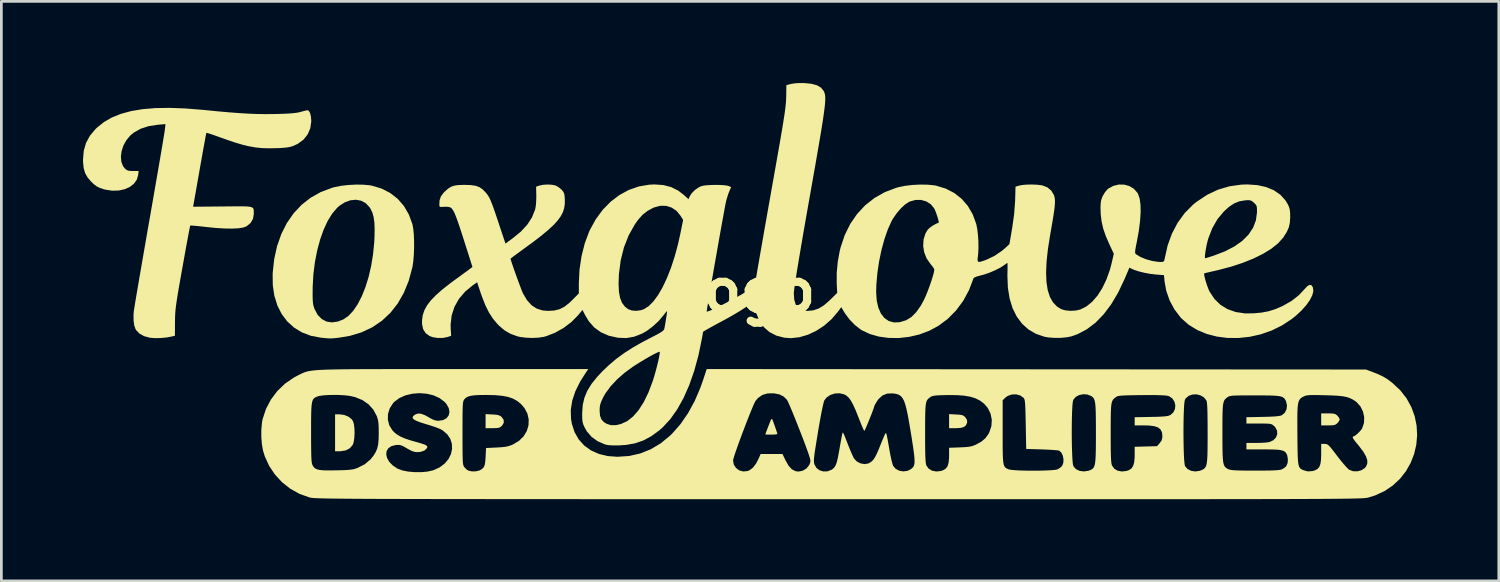
<source format=kicad_pcb>
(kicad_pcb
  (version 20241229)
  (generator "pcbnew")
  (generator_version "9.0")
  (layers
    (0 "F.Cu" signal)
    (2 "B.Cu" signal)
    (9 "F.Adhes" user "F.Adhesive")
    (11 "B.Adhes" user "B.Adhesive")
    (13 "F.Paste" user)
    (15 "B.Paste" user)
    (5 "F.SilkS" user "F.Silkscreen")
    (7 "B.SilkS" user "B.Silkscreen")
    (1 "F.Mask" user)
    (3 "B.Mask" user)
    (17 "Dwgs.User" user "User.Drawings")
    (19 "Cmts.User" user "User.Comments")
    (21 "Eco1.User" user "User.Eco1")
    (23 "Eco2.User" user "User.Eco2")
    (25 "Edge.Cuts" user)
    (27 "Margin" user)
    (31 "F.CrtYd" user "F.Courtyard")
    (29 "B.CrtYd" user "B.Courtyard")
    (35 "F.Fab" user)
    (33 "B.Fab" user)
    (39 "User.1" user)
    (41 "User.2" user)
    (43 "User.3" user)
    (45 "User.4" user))
  (footprint "logo"
    (layer "F.Cu")
    (at 24.45 7.623)
    (property "Reference" "logo" (at 0 0 0) (layer "F.SilkS") (effects (font (size 1.5 1.5) (thickness 0.3))))
    (attr board_only exclude_from_pos_files exclude_from_bom)
    (fp_poly (pts (xy -9.413 4.55) (xy -9.272 4.56) (xy -9.179 4.579) (xy -9.113 4.612) (xy -9.074 4.644) (xy -9.001 4.747) (xy -8.997 4.853) (xy -9.059 4.959) (xy -9.07 4.97) (xy -9.121 5.013) (xy -9.18 5.038) (xy -9.265 5.05) (xy -9.397 5.053) (xy -9.409 5.053) (xy -9.665 5.053) (xy -9.665 4.795) (xy -9.665 4.537)) (stroke (width 0) (type solid)) (fill yes) (layer "F.SilkS"))
    (fp_poly (pts (xy 7.617 4.55) (xy 7.752 4.559) (xy 7.839 4.574) (xy 7.897 4.601) (xy 7.946 4.646) (xy 7.958 4.66) (xy 8.017 4.75) (xy 8.023 4.835) (xy 8.021 4.846) (xy 7.981 4.944) (xy 7.908 5.007) (xy 7.792 5.042) (xy 7.623 5.053) (xy 7.609 5.053) (xy 7.359 5.053) (xy 7.359 4.795) (xy 7.359 4.537)) (stroke (width 0) (type solid)) (fill yes) (layer "F.SilkS"))
    (fp_poly (pts (xy -14.859 4.567) (xy -14.703 4.63) (xy -14.583 4.724) (xy -14.534 4.797) (xy -14.501 4.91) (xy -14.482 5.066) (xy -14.477 5.242) (xy -14.487 5.415) (xy -14.51 5.565) (xy -14.542 5.661) (xy -14.648 5.788) (xy -14.799 5.869) (xy -14.991 5.9) (xy -15.014 5.901) (xy -15.193 5.901) (xy -15.193 5.222) (xy -15.193 4.544) (xy -15.034 4.544)) (stroke (width 0) (type solid)) (fill yes) (layer "F.SilkS"))
    (fp_poly (pts (xy 21.417 4.513) (xy 21.505 4.524) (xy 21.565 4.548) (xy 21.616 4.59) (xy 21.62 4.594) (xy 21.677 4.665) (xy 21.703 4.727) (xy 21.704 4.731) (xy 21.681 4.79) (xy 21.626 4.862) (xy 21.62 4.868) (xy 21.569 4.911) (xy 21.511 4.936) (xy 21.425 4.948) (xy 21.294 4.951) (xy 21.281 4.951) (xy 21.025 4.951) (xy 21.025 4.731) (xy 21.025 4.51) (xy 21.281 4.51)) (stroke (width 0) (type solid)) (fill yes) (layer "F.SilkS"))
    (fp_poly (pts (xy 0.859 4.717) (xy 0.876 4.756) (xy 0.909 4.84) (xy 0.948 4.95) (xy 0.989 5.067) (xy 1.024 5.171) (xy 1.047 5.244) (xy 1.051 5.265) (xy 1.02 5.278) (xy 0.939 5.287) (xy 0.831 5.29) (xy 0.719 5.289) (xy 0.639 5.286) (xy 0.611 5.282) (xy 0.622 5.242) (xy 0.652 5.159) (xy 0.694 5.05) (xy 0.739 4.933) (xy 0.782 4.827) (xy 0.814 4.75) (xy 0.829 4.722) (xy 0.858 4.716)) (stroke (width 0) (type solid)) (fill yes) (layer "F.SilkS"))
    (fp_poly (pts (xy -14.163 -3.89) (xy -13.927 -3.869) (xy -13.837 -3.853) (xy -13.481 -3.745) (xy -13.166 -3.583) (xy -12.893 -3.37) (xy -12.665 -3.107) (xy -12.485 -2.797) (xy -12.354 -2.443) (xy -12.353 -2.439) (xy -12.323 -2.28) (xy -12.302 -2.071) (xy -12.292 -1.829) (xy -12.291 -1.571) (xy -12.301 -1.315) (xy -12.32 -1.078) (xy -12.35 -0.877) (xy -12.356 -0.848) (xy -12.488 -0.36) (xy -12.668 0.081) (xy -12.893 0.474) (xy -13.161 0.816) (xy -13.473 1.108) (xy -13.825 1.347) (xy -14.218 1.532) (xy -14.648 1.662) (xy -15.04 1.728) (xy -15.19 1.745) (xy -15.3 1.754) (xy -15.393 1.756) (xy -15.492 1.751) (xy -15.622 1.739) (xy -15.718 1.729) (xy -16.083 1.66) (xy -16.412 1.535) (xy -16.701 1.358) (xy -16.95 1.132) (xy -17.154 0.861) (xy -17.313 0.547) (xy -17.422 0.194) (xy -17.426 0.174) (xy -16.018 0.174) (xy -16.015 0.328) (xy -16.007 0.443) (xy -15.993 0.532) (xy -15.971 0.611) (xy -15.946 0.68) (xy -15.833 0.89) (xy -15.686 1.043) (xy -15.511 1.136) (xy -15.311 1.168) (xy -15.092 1.137) (xy -14.888 1.058) (xy -14.702 0.93) (xy -14.526 0.742) (xy -14.361 0.498) (xy -14.211 0.206) (xy -14.077 -0.129) (xy -13.962 -0.5) (xy -13.869 -0.901) (xy -13.799 -1.325) (xy -13.755 -1.768) (xy -13.745 -1.967) (xy -13.74 -2.265) (xy -13.75 -2.507) (xy -13.778 -2.704) (xy -13.824 -2.867) (xy -13.892 -3.007) (xy -13.93 -3.066) (xy -14.069 -3.212) (xy -14.238 -3.302) (xy -14.428 -3.337) (xy -14.63 -3.317) (xy -14.836 -3.242) (xy -15.036 -3.113) (xy -15.118 -3.04) (xy -15.299 -2.828) (xy -15.465 -2.558) (xy -15.614 -2.237) (xy -15.743 -1.873) (xy -15.85 -1.475) (xy -15.933 -1.051) (xy -15.989 -0.608) (xy -16.015 -0.155) (xy -16.017 -0.034) (xy -16.018 0.174) (xy -17.426 0.174) (xy -17.481 -0.195) (xy -17.486 -0.617) (xy -17.486 -0.632) (xy -17.43 -1.15) (xy -17.324 -1.633) (xy -17.168 -2.076) (xy -16.966 -2.478) (xy -16.718 -2.836) (xy -16.427 -3.147) (xy -16.095 -3.408) (xy -15.723 -3.618) (xy -15.313 -3.772) (xy -15.209 -3.801) (xy -14.976 -3.848) (xy -14.709 -3.878) (xy -14.431 -3.893)) (stroke (width 0) (type solid)) (fill yes) (layer "F.SilkS"))
    (fp_poly (pts (xy -20.68 -6.689) (xy -20.04 -6.637) (xy -19.984 -6.632) (xy -19.512 -6.585) (xy -19.096 -6.548) (xy -18.727 -6.52) (xy -18.392 -6.499) (xy -18.083 -6.487) (xy -17.788 -6.482) (xy -17.496 -6.483) (xy -17.354 -6.486) (xy -17.079 -6.494) (xy -16.862 -6.505) (xy -16.693 -6.52) (xy -16.563 -6.538) (xy -16.464 -6.561) (xy -16.349 -6.593) (xy -16.255 -6.616) (xy -16.211 -6.625) (xy -16.155 -6.599) (xy -16.11 -6.518) (xy -16.08 -6.393) (xy -16.068 -6.237) (xy -16.068 -6.211) (xy -16.104 -5.96) (xy -16.2 -5.737) (xy -16.352 -5.546) (xy -16.557 -5.394) (xy -16.716 -5.319) (xy -16.813 -5.286) (xy -16.921 -5.263) (xy -17.056 -5.247) (xy -17.232 -5.235) (xy -17.376 -5.23) (xy -17.642 -5.226) (xy -17.884 -5.234) (xy -18.116 -5.258) (xy -18.35 -5.299) (xy -18.6 -5.359) (xy -18.878 -5.442) (xy -19.197 -5.55) (xy -19.383 -5.617) (xy -19.559 -5.68) (xy -19.711 -5.733) (xy -19.829 -5.771) (xy -19.902 -5.792) (xy -19.92 -5.795) (xy -19.928 -5.76) (xy -19.947 -5.665) (xy -19.974 -5.519) (xy -20.009 -5.329) (xy -20.05 -5.102) (xy -20.095 -4.846) (xy -20.143 -4.578) (xy -20.193 -4.294) (xy -20.24 -4.026) (xy -20.283 -3.782) (xy -20.32 -3.571) (xy -20.35 -3.402) (xy -20.371 -3.283) (xy -20.381 -3.227) (xy -20.407 -3.08) (xy -19.32 -3.09) (xy -19.012 -3.093) (xy -18.765 -3.095) (xy -18.572 -3.095) (xy -18.427 -3.09) (xy -18.323 -3.079) (xy -18.253 -3.061) (xy -18.21 -3.033) (xy -18.188 -2.994) (xy -18.18 -2.943) (xy -18.179 -2.878) (xy -18.179 -2.811) (xy -18.208 -2.634) (xy -18.299 -2.481) (xy -18.446 -2.36) (xy -18.448 -2.359) (xy -18.567 -2.316) (xy -18.745 -2.288) (xy -18.978 -2.277) (xy -19.258 -2.281) (xy -19.579 -2.301) (xy -19.923 -2.336) (xy -20.112 -2.357) (xy -20.277 -2.374) (xy -20.407 -2.385) (xy -20.489 -2.39) (xy -20.513 -2.389) (xy -20.522 -2.354) (xy -20.541 -2.258) (xy -20.57 -2.11) (xy -20.606 -1.914) (xy -20.65 -1.679) (xy -20.699 -1.41) (xy -20.752 -1.115) (xy -20.798 -0.857) (xy -20.863 -0.493) (xy -20.917 -0.189) (xy -20.96 0.065) (xy -20.995 0.275) (xy -21.021 0.45) (xy -21.041 0.597) (xy -21.055 0.724) (xy -21.064 0.839) (xy -21.069 0.95) (xy -21.072 1.065) (xy -21.073 1.16) (xy -21.076 1.658) (xy -21.212 1.691) (xy -21.385 1.722) (xy -21.588 1.741) (xy -21.793 1.746) (xy -21.968 1.735) (xy -21.994 1.731) (xy -22.206 1.674) (xy -22.378 1.579) (xy -22.501 1.451) (xy -22.521 1.417) (xy -22.569 1.28) (xy -22.594 1.096) (xy -22.596 0.885) (xy -22.584 0.748) (xy -22.573 0.676) (xy -22.551 0.541) (xy -22.52 0.35) (xy -22.479 0.109) (xy -22.43 -0.179) (xy -22.374 -0.508) (xy -22.311 -0.872) (xy -22.243 -1.266) (xy -22.17 -1.685) (xy -22.094 -2.125) (xy -22.014 -2.579) (xy -22.01 -2.601) (xy -21.931 -3.054) (xy -21.855 -3.491) (xy -21.783 -3.909) (xy -21.715 -4.3) (xy -21.653 -4.661) (xy -21.597 -4.986) (xy -21.549 -5.27) (xy -21.509 -5.508) (xy -21.478 -5.695) (xy -21.457 -5.826) (xy -21.447 -5.895) (xy -21.447 -5.897) (xy -21.422 -6.115) (xy -21.695 -6.092) (xy -22.043 -6.039) (xy -22.34 -5.942) (xy -22.59 -5.8) (xy -22.715 -5.695) (xy -22.859 -5.523) (xy -22.966 -5.329) (xy -23.033 -5.125) (xy -23.06 -4.922) (xy -23.043 -4.733) (xy -22.981 -4.57) (xy -22.904 -4.473) (xy -22.84 -4.425) (xy -22.763 -4.4) (xy -22.65 -4.392) (xy -22.613 -4.392) (xy -22.409 -4.392) (xy -22.425 -4.245) (xy -22.477 -4.071) (xy -22.583 -3.923) (xy -22.736 -3.805) (xy -22.925 -3.722) (xy -23.144 -3.675) (xy -23.382 -3.669) (xy -23.631 -3.708) (xy -23.707 -3.729) (xy -23.847 -3.777) (xy -23.954 -3.832) (xy -24.055 -3.91) (xy -24.148 -3.998) (xy -24.282 -4.153) (xy -24.373 -4.313) (xy -24.426 -4.494) (xy -24.449 -4.715) (xy -24.45 -4.819) (xy -24.423 -5.138) (xy -24.34 -5.425) (xy -24.197 -5.688) (xy -23.991 -5.934) (xy -23.932 -5.99) (xy -23.682 -6.19) (xy -23.393 -6.357) (xy -23.061 -6.491) (xy -22.685 -6.593) (xy -22.262 -6.664) (xy -21.788 -6.703) (xy -21.262 -6.711)) (stroke (width 0) (type solid)) (fill yes) (layer "F.SilkS"))
    (fp_poly (pts (xy 2.035 -7.622) (xy 2.298 -7.597) (xy 2.503 -7.542) (xy 2.654 -7.454) (xy 2.751 -7.333) (xy 2.755 -7.325) (xy 2.775 -7.283) (xy 2.79 -7.237) (xy 2.802 -7.183) (xy 2.809 -7.118) (xy 2.811 -7.038) (xy 2.807 -6.939) (xy 2.797 -6.816) (xy 2.78 -6.667) (xy 2.756 -6.486) (xy 2.725 -6.27) (xy 2.685 -6.015) (xy 2.636 -5.717) (xy 2.577 -5.372) (xy 2.509 -4.977) (xy 2.431 -4.527) (xy 2.341 -4.018) (xy 2.24 -3.446) (xy 2.236 -3.424) (xy 2.122 -2.779) (xy 2.021 -2.2) (xy 1.933 -1.686) (xy 1.857 -1.238) (xy 1.793 -0.854) (xy 1.741 -0.534) (xy 1.702 -0.278) (xy 1.674 -0.085) (xy 1.659 0.046) (xy 1.655 0.104) (xy 1.672 0.338) (xy 1.727 0.516) (xy 1.824 0.643) (xy 1.962 0.718) (xy 2.145 0.746) (xy 2.161 0.746) (xy 2.371 0.725) (xy 2.567 0.66) (xy 2.76 0.542) (xy 2.962 0.368) (xy 2.99 0.341) (xy 3.25 0.082) (xy 3.248 0.053) (xy 4.68 0.053) (xy 4.7 0.364) (xy 4.76 0.628) (xy 4.855 0.844) (xy 4.983 1.007) (xy 5.142 1.117) (xy 5.329 1.169) (xy 5.539 1.162) (xy 5.772 1.092) (xy 5.791 1.084) (xy 5.975 0.97) (xy 6.152 0.792) (xy 6.319 0.555) (xy 6.443 0.327) (xy 6.509 0.179) (xy 6.579 0.005) (xy 6.649 -0.183) (xy 6.712 -0.367) (xy 6.764 -0.536) (xy 6.801 -0.672) (xy 6.816 -0.763) (xy 6.816 -0.771) (xy 6.795 -0.821) (xy 6.739 -0.901) (xy 6.67 -0.984) (xy 6.533 -1.181) (xy 6.445 -1.404) (xy 6.407 -1.639) (xy 6.421 -1.872) (xy 6.487 -2.09) (xy 6.57 -2.232) (xy 6.648 -2.308) (xy 6.762 -2.389) (xy 6.888 -2.458) (xy 6.976 -2.493) (xy 6.979 -2.526) (xy 6.962 -2.604) (xy 6.931 -2.71) (xy 6.892 -2.825) (xy 6.851 -2.933) (xy 6.812 -3.016) (xy 6.808 -3.024) (xy 6.683 -3.174) (xy 6.519 -3.277) (xy 6.328 -3.33) (xy 6.124 -3.329) (xy 5.919 -3.272) (xy 5.886 -3.257) (xy 5.741 -3.162) (xy 5.586 -3.018) (xy 5.434 -2.841) (xy 5.3 -2.646) (xy 5.246 -2.552) (xy 5.108 -2.246) (xy 4.983 -1.888) (xy 4.875 -1.493) (xy 4.788 -1.075) (xy 4.725 -0.65) (xy 4.688 -0.232) (xy 4.68 0.053) (xy 3.248 0.053) (xy 3.231 -0.256) (xy 3.231 -0.647) (xy 3.27 -1.06) (xy 3.344 -1.465) (xy 3.376 -1.592) (xy 3.527 -2.042) (xy 3.73 -2.451) (xy 3.98 -2.814) (xy 4.275 -3.131) (xy 4.614 -3.398) (xy 4.992 -3.613) (xy 5.407 -3.772) (xy 5.511 -3.801) (xy 5.745 -3.848) (xy 6.014 -3.88) (xy 6.296 -3.894) (xy 6.568 -3.89) (xy 6.806 -3.867) (xy 6.884 -3.853) (xy 7.235 -3.746) (xy 7.548 -3.585) (xy 7.819 -3.372) (xy 8.046 -3.109) (xy 8.226 -2.801) (xy 8.355 -2.449) (xy 8.361 -2.425) (xy 8.395 -2.251) (xy 8.42 -2.033) (xy 8.435 -1.795) (xy 8.437 -1.56) (xy 8.427 -1.352) (xy 8.419 -1.28) (xy 8.405 -1.161) (xy 8.409 -1.087) (xy 8.44 -1.054) (xy 8.508 -1.058) (xy 8.624 -1.094) (xy 8.733 -1.135) (xy 9.024 -1.274) (xy 9.303 -1.463) (xy 9.442 -1.583) (xy 9.575 -1.708) (xy 9.674 -2.287) (xy 9.748 -2.81) (xy 9.783 -3.289) (xy 9.785 -3.34) (xy 9.798 -3.815) (xy 9.926 -3.855) (xy 10.051 -3.879) (xy 10.219 -3.893) (xy 10.408 -3.896) (xy 10.594 -3.888) (xy 10.753 -3.869) (xy 10.783 -3.863) (xy 10.968 -3.792) (xy 11.112 -3.672) (xy 11.208 -3.511) (xy 11.225 -3.458) (xy 11.24 -3.39) (xy 11.247 -3.311) (xy 11.246 -3.213) (xy 11.237 -3.089) (xy 11.218 -2.931) (xy 11.188 -2.732) (xy 11.147 -2.484) (xy 11.094 -2.18) (xy 11.072 -2.052) (xy 10.989 -1.531) (xy 10.939 -1.069) (xy 10.921 -0.663) (xy 10.935 -0.311) (xy 10.982 -0.013) (xy 11.062 0.235) (xy 11.176 0.434) (xy 11.323 0.586) (xy 11.479 0.682) (xy 11.635 0.727) (xy 11.825 0.744) (xy 12.021 0.731) (xy 12.177 0.695) (xy 12.4 0.584) (xy 12.612 0.413) (xy 12.809 0.185) (xy 12.986 -0.092) (xy 13.14 -0.414) (xy 13.268 -0.774) (xy 13.337 -1.041) (xy 13.408 -1.353) (xy 13.252 -1.686) (xy 13.116 -1.997) (xy 13.02 -2.275) (xy 12.959 -2.54) (xy 12.927 -2.812) (xy 12.92 -3.035) (xy 12.925 -3.192) (xy 12.941 -3.309) (xy 12.974 -3.412) (xy 13.009 -3.487) (xy 13.078 -3.602) (xy 13.158 -3.702) (xy 13.204 -3.744) (xy 13.39 -3.846) (xy 13.591 -3.895) (xy 13.792 -3.892) (xy 13.981 -3.839) (xy 14.146 -3.739) (xy 14.274 -3.594) (xy 14.298 -3.551) (xy 14.357 -3.384) (xy 14.388 -3.159) (xy 14.394 -2.882) (xy 14.373 -2.559) (xy 14.327 -2.194) (xy 14.255 -1.799) (xy 14.22 -1.625) (xy 14.199 -1.505) (xy 14.19 -1.427) (xy 14.193 -1.38) (xy 14.207 -1.351) (xy 14.232 -1.329) (xy 14.393 -1.232) (xy 14.597 -1.149) (xy 14.821 -1.088) (xy 15.041 -1.055) (xy 15.128 -1.051) (xy 15.213 -1.056) (xy 15.254 -1.085) (xy 15.274 -1.156) (xy 15.278 -1.178) (xy 15.286 -1.216) (xy 16.753 -1.216) (xy 16.762 -1.187) (xy 16.8 -1.197) (xy 16.888 -1.223) (xy 17.009 -1.262) (xy 17.086 -1.287) (xy 17.492 -1.442) (xy 17.84 -1.623) (xy 18.129 -1.828) (xy 18.357 -2.057) (xy 18.523 -2.307) (xy 18.627 -2.578) (xy 18.667 -2.869) (xy 18.667 -2.894) (xy 18.666 -3.019) (xy 18.655 -3.098) (xy 18.626 -3.155) (xy 18.573 -3.21) (xy 18.553 -3.229) (xy 18.483 -3.286) (xy 18.422 -3.315) (xy 18.342 -3.322) (xy 18.231 -3.315) (xy 18.02 -3.279) (xy 17.828 -3.202) (xy 17.639 -3.076) (xy 17.447 -2.902) (xy 17.216 -2.623) (xy 17.027 -2.296) (xy 16.883 -1.927) (xy 16.857 -1.837) (xy 16.823 -1.699) (xy 16.794 -1.554) (xy 16.771 -1.415) (xy 16.757 -1.297) (xy 16.753 -1.216) (xy 15.286 -1.216) (xy 15.385 -1.656) (xy 15.544 -2.095) (xy 15.754 -2.493) (xy 16.013 -2.848) (xy 16.32 -3.157) (xy 16.45 -3.262) (xy 16.835 -3.517) (xy 17.236 -3.707) (xy 17.656 -3.831) (xy 18.096 -3.892) (xy 18.312 -3.899) (xy 18.68 -3.874) (xy 19.006 -3.802) (xy 19.289 -3.684) (xy 19.525 -3.521) (xy 19.711 -3.315) (xy 19.795 -3.178) (xy 19.842 -3.076) (xy 19.87 -2.981) (xy 19.883 -2.869) (xy 19.887 -2.713) (xy 19.887 -2.713) (xy 19.876 -2.504) (xy 19.837 -2.325) (xy 19.762 -2.154) (xy 19.644 -1.968) (xy 19.614 -1.927) (xy 19.434 -1.729) (xy 19.191 -1.536) (xy 18.892 -1.352) (xy 18.541 -1.179) (xy 18.144 -1.019) (xy 17.707 -0.876) (xy 17.235 -0.752) (xy 17.143 -0.731) (xy 16.987 -0.696) (xy 16.857 -0.665) (xy 16.767 -0.643) (xy 16.73 -0.633) (xy 16.729 -0.633) (xy 16.726 -0.589) (xy 16.743 -0.499) (xy 16.774 -0.379) (xy 16.815 -0.245) (xy 16.861 -0.114) (xy 16.907 -0.002) (xy 16.927 0.039) (xy 17.105 0.307) (xy 17.324 0.521) (xy 17.584 0.681) (xy 17.882 0.786) (xy 18.219 0.837) (xy 18.53 0.836) (xy 18.833 0.808) (xy 19.094 0.759) (xy 19.339 0.682) (xy 19.593 0.573) (xy 19.618 0.56) (xy 19.935 0.381) (xy 20.199 0.175) (xy 20.415 -0.055) (xy 20.519 -0.166) (xy 20.604 -0.212) (xy 20.67 -0.195) (xy 20.721 -0.116) (xy 20.723 -0.111) (xy 20.737 0.018) (xy 20.698 0.173) (xy 20.609 0.348) (xy 20.476 0.536) (xy 20.303 0.73) (xy 20.096 0.923) (xy 19.941 1.046) (xy 19.585 1.28) (xy 19.204 1.467) (xy 18.807 1.606) (xy 18.4 1.697) (xy 17.99 1.741) (xy 17.586 1.739) (xy 17.194 1.689) (xy 16.821 1.592) (xy 16.475 1.448) (xy 16.163 1.258) (xy 15.892 1.021) (xy 15.858 0.983) (xy 15.634 0.689) (xy 15.458 0.36) (xy 15.335 0.009) (xy 15.273 -0.332) (xy 15.251 -0.567) (xy 14.955 -0.59) (xy 14.749 -0.614) (xy 14.533 -0.654) (xy 14.329 -0.704) (xy 14.157 -0.76) (xy 14.074 -0.796) (xy 13.982 -0.844) (xy 13.804 -0.426) (xy 13.57 0.069) (xy 13.314 0.501) (xy 13.036 0.871) (xy 12.738 1.178) (xy 12.418 1.421) (xy 12.079 1.6) (xy 11.852 1.681) (xy 11.676 1.716) (xy 11.46 1.735) (xy 11.23 1.737) (xy 11.013 1.721) (xy 10.869 1.697) (xy 10.554 1.591) (xy 10.278 1.431) (xy 10.041 1.219) (xy 9.845 0.957) (xy 9.691 0.648) (xy 9.582 0.293) (xy 9.518 -0.104) (xy 9.5 -0.542) (xy 9.501 -0.598) (xy 9.505 -0.758) (xy 9.506 -0.89) (xy 9.505 -0.98) (xy 9.502 -1.017) (xy 9.502 -1.017) (xy 9.47 -0.999) (xy 9.406 -0.953) (xy 9.383 -0.935) (xy 9.236 -0.841) (xy 9.047 -0.745) (xy 8.838 -0.656) (xy 8.633 -0.586) (xy 8.521 -0.557) (xy 8.366 -0.515) (xy 8.276 -0.474) (xy 8.253 -0.445) (xy 8.09 -0.017) (xy 7.877 0.377) (xy 7.616 0.729) (xy 7.313 1.036) (xy 6.971 1.292) (xy 6.634 1.474) (xy 6.272 1.61) (xy 5.895 1.699) (xy 5.513 1.742) (xy 5.136 1.738) (xy 4.777 1.689) (xy 4.445 1.594) (xy 4.151 1.454) (xy 4.111 1.429) (xy 3.9 1.265) (xy 3.699 1.058) (xy 3.532 0.832) (xy 3.515 0.805) (xy 3.398 0.609) (xy 3.278 0.772) (xy 3.043 1.048) (xy 2.774 1.285) (xy 2.481 1.477) (xy 2.174 1.621) (xy 1.86 1.713) (xy 1.549 1.747) (xy 1.307 1.73) (xy 1.013 1.653) (xy 0.762 1.524) (xy 0.555 1.343) (xy 0.393 1.112) (xy 0.277 0.833) (xy 0.228 0.635) (xy 0.187 0.414) (xy -0.155 0.64) (xy -0.325 0.749) (xy -0.53 0.872) (xy -0.74 0.993) (xy -0.911 1.086) (xy -1.081 1.177) (xy -1.246 1.266) (xy -1.389 1.345) (xy -1.492 1.403) (xy -1.501 1.407) (xy -1.675 1.509) (xy -1.72 1.763) (xy -1.847 2.378) (xy -2.002 2.948) (xy -2.185 3.47) (xy -2.393 3.942) (xy -2.625 4.359) (xy -2.88 4.72) (xy -3.156 5.019) (xy -3.289 5.136) (xy -3.584 5.35) (xy -3.874 5.506) (xy -4.176 5.61) (xy -4.505 5.668) (xy -4.748 5.685) (xy -4.984 5.687) (xy -5.159 5.676) (xy -5.273 5.652) (xy -5.55 5.532) (xy -5.772 5.373) (xy -5.946 5.171) (xy -6.032 5.019) (xy -6.074 4.923) (xy -6.1 4.835) (xy -6.114 4.735) (xy -6.118 4.6) (xy -6.118 4.493) (xy -6.112 4.412) (xy -5.477 4.412) (xy -5.462 4.595) (xy -5.412 4.73) (xy -5.319 4.831) (xy -5.22 4.892) (xy -5.059 4.943) (xy -4.872 4.941) (xy -4.694 4.9) (xy -4.465 4.795) (xy -4.248 4.625) (xy -4.044 4.39) (xy -3.855 4.093) (xy -3.681 3.735) (xy -3.524 3.317) (xy -3.515 3.289) (xy -3.465 3.128) (xy -3.415 2.95) (xy -3.368 2.769) (xy -3.326 2.598) (xy -3.294 2.447) (xy -3.273 2.331) (xy -3.266 2.261) (xy -3.27 2.247) (xy -3.307 2.253) (xy -3.392 2.291) (xy -3.515 2.353) (xy -3.665 2.436) (xy -3.832 2.533) (xy -4.008 2.639) (xy -4.181 2.748) (xy -4.258 2.798) (xy -4.565 3.023) (xy -4.841 3.267) (xy -5.077 3.52) (xy -5.263 3.773) (xy -5.347 3.923) (xy -5.414 4.067) (xy -5.454 4.179) (xy -5.472 4.285) (xy -5.477 4.412) (xy -6.112 4.412) (xy -6.097 4.204) (xy -6.036 3.937) (xy -5.93 3.682) (xy -5.775 3.428) (xy -5.565 3.167) (xy -5.375 2.965) (xy -5.12 2.723) (xy -4.857 2.501) (xy -4.573 2.294) (xy -4.259 2.092) (xy -3.902 1.888) (xy -3.502 1.681) (xy -3.327 1.59) (xy -3.208 1.52) (xy -3.137 1.465) (xy -3.106 1.421) (xy -3.104 1.415) (xy -3.085 1.323) (xy -3.064 1.202) (xy -3.042 1.068) (xy -3.022 0.94) (xy -3.007 0.834) (xy -3 0.767) (xy -3 0.753) (xy -3.024 0.773) (xy -3.075 0.834) (xy -3.135 0.913) (xy -3.311 1.12) (xy -3.524 1.316) (xy -3.75 1.484) (xy -3.917 1.58) (xy -4.207 1.693) (xy -4.496 1.744) (xy -4.796 1.732) (xy -4.812 1.73) (xy -5.143 1.656) (xy -5.429 1.531) (xy -5.672 1.356) (xy -5.874 1.127) (xy -6.016 0.89) (xy -6.106 0.711) (xy -6.272 0.91) (xy -6.512 1.154) (xy -6.798 1.37) (xy -7.112 1.547) (xy -7.434 1.673) (xy -7.528 1.699) (xy -7.72 1.729) (xy -7.948 1.739) (xy -8.182 1.73) (xy -8.396 1.703) (xy -8.499 1.679) (xy -8.746 1.589) (xy -8.959 1.467) (xy -9.16 1.298) (xy -9.239 1.218) (xy -9.401 1.023) (xy -9.545 0.798) (xy -9.677 0.531) (xy -9.802 0.211) (xy -9.85 0.073) (xy -9.976 -0.305) (xy -10.134 -0.195) (xy -10.418 0.039) (xy -10.644 0.304) (xy -10.808 0.595) (xy -10.911 0.911) (xy -10.95 1.248) (xy -10.946 1.407) (xy -10.93 1.66) (xy -11.052 1.702) (xy -11.226 1.738) (xy -11.42 1.74) (xy -11.605 1.711) (xy -11.725 1.667) (xy -11.866 1.563) (xy -11.957 1.422) (xy -11.998 1.239) (xy -11.999 1.087) (xy -11.973 0.902) (xy -11.914 0.723) (xy -11.816 0.544) (xy -11.677 0.361) (xy -11.49 0.168) (xy -11.253 -0.041) (xy -10.961 -0.27) (xy -10.801 -0.388) (xy -10.634 -0.509) (xy -10.483 -0.62) (xy -10.356 -0.712) (xy -10.264 -0.78) (xy -10.22 -0.813) (xy -10.148 -0.868) (xy -10.444 -1.799) (xy -10.546 -2.117) (xy -10.631 -2.375) (xy -10.702 -2.581) (xy -10.762 -2.741) (xy -10.813 -2.861) (xy -10.858 -2.947) (xy -10.899 -3.005) (xy -10.938 -3.042) (xy -10.959 -3.055) (xy -11.036 -3.075) (xy -11.147 -3.081) (xy -11.196 -3.078) (xy -11.295 -3.071) (xy -11.344 -3.08) (xy -11.362 -3.111) (xy -11.364 -3.133) (xy -11.356 -3.314) (xy -11.305 -3.463) (xy -11.201 -3.601) (xy -11.151 -3.65) (xy -11.039 -3.747) (xy -10.934 -3.813) (xy -10.819 -3.854) (xy -10.676 -3.875) (xy -10.488 -3.882) (xy -10.428 -3.882) (xy -10.206 -3.875) (xy -10.036 -3.85) (xy -9.901 -3.803) (xy -9.786 -3.728) (xy -9.675 -3.618) (xy -9.671 -3.613) (xy -9.619 -3.551) (xy -9.573 -3.488) (xy -9.53 -3.416) (xy -9.487 -3.325) (xy -9.439 -3.208) (xy -9.382 -3.055) (xy -9.313 -2.858) (xy -9.229 -2.609) (xy -9.193 -2.5) (xy -8.935 -1.727) (xy -8.664 -1.925) (xy -8.365 -2.171) (xy -8.132 -2.424) (xy -7.962 -2.687) (xy -7.852 -2.962) (xy -7.833 -3.038) (xy -7.817 -3.15) (xy -7.806 -3.302) (xy -7.802 -3.466) (xy -7.803 -3.509) (xy -7.81 -3.815) (xy -7.695 -3.856) (xy -7.559 -3.885) (xy -7.396 -3.896) (xy -7.233 -3.888) (xy -7.101 -3.862) (xy -7.078 -3.853) (xy -6.983 -3.797) (xy -6.885 -3.717) (xy -6.868 -3.699) (xy -6.813 -3.633) (xy -6.781 -3.566) (xy -6.764 -3.475) (xy -6.755 -3.347) (xy -6.756 -3.183) (xy -6.778 -3.029) (xy -6.826 -2.88) (xy -6.904 -2.731) (xy -7.015 -2.577) (xy -7.164 -2.413) (xy -7.355 -2.235) (xy -7.591 -2.038) (xy -7.877 -1.816) (xy -8.218 -1.566) (xy -8.266 -1.531) (xy -8.422 -1.417) (xy -8.558 -1.318) (xy -8.663 -1.24) (xy -8.73 -1.189) (xy -8.749 -1.172) (xy -8.738 -1.126) (xy -8.707 -1.029) (xy -8.661 -0.894) (xy -8.605 -0.731) (xy -8.541 -0.554) (xy -8.477 -0.376) (xy -8.414 -0.207) (xy -8.359 -0.062) (xy -8.315 0.049) (xy -8.288 0.11) (xy -8.141 0.356) (xy -7.975 0.539) (xy -7.786 0.662) (xy -7.568 0.73) (xy -7.37 0.746) (xy -7.142 0.732) (xy -6.947 0.683) (xy -6.768 0.592) (xy -6.589 0.451) (xy -6.486 0.352) (xy -6.24 0.103) (xy -6.24 -0.252) (xy -4.781 -0.252) (xy -4.768 0.034) (xy -4.727 0.265) (xy -4.656 0.447) (xy -4.55 0.587) (xy -4.429 0.682) (xy -4.294 0.731) (xy -4.129 0.743) (xy -3.957 0.72) (xy -3.849 0.683) (xy -3.674 0.571) (xy -3.5 0.396) (xy -3.329 0.162) (xy -3.163 -0.124) (xy -3.005 -0.459) (xy -2.856 -0.837) (xy -2.72 -1.254) (xy -2.598 -1.704) (xy -2.512 -2.09) (xy -2.41 -2.594) (xy -2.503 -2.746) (xy -2.649 -2.925) (xy -2.827 -3.047) (xy -3.03 -3.112) (xy -3.249 -3.115) (xy -3.476 -3.054) (xy -3.513 -3.038) (xy -3.721 -2.925) (xy -3.899 -2.784) (xy -4.063 -2.601) (xy -4.183 -2.432) (xy -4.408 -2.032) (xy -4.582 -1.592) (xy -4.702 -1.116) (xy -4.768 -0.61) (xy -4.781 -0.252) (xy -6.24 -0.252) (xy -6.24 -0.275) (xy -6.215 -0.774) (xy -6.141 -1.266) (xy -6.023 -1.734) (xy -5.863 -2.164) (xy -5.835 -2.225) (xy -5.619 -2.619) (xy -5.364 -2.966) (xy -5.074 -3.263) (xy -4.754 -3.507) (xy -4.408 -3.695) (xy -4.041 -3.824) (xy -3.656 -3.89) (xy -3.458 -3.899) (xy -3.134 -3.876) (xy -2.849 -3.801) (xy -2.592 -3.673) (xy -2.384 -3.513) (xy -2.212 -3.358) (xy -2.17 -3.459) (xy -2.097 -3.573) (xy -1.982 -3.689) (xy -1.847 -3.786) (xy -1.742 -3.836) (xy -1.645 -3.858) (xy -1.502 -3.872) (xy -1.332 -3.88) (xy -1.154 -3.882) (xy -0.985 -3.876) (xy -0.844 -3.864) (xy -0.749 -3.845) (xy -0.739 -3.841) (xy -0.647 -3.801) (xy -0.711 -3.655) (xy -0.755 -3.542) (xy -0.8 -3.398) (xy -0.83 -3.289) (xy -0.845 -3.222) (xy -0.869 -3.098) (xy -0.901 -2.925) (xy -0.94 -2.711) (xy -0.986 -2.461) (xy -1.036 -2.184) (xy -1.089 -1.886) (xy -1.144 -1.574) (xy -1.2 -1.255) (xy -1.256 -0.937) (xy -1.311 -0.625) (xy -1.362 -0.328) (xy -1.41 -0.052) (xy -1.452 0.196) (xy -1.488 0.408) (xy -1.516 0.578) (xy -1.535 0.699) (xy -1.544 0.763) (xy -1.544 0.772) (xy -1.507 0.767) (xy -1.419 0.734) (xy -1.292 0.678) (xy -1.135 0.603) (xy -0.957 0.514) (xy -0.768 0.417) (xy -0.578 0.317) (xy -0.397 0.217) (xy -0.234 0.124) (xy -0.099 0.041) (xy -0.083 0.031) (xy 0.23 -0.172) (xy 0.254 -0.366) (xy 0.263 -0.427) (xy 0.283 -0.55) (xy 0.314 -0.73) (xy 0.354 -0.961) (xy 0.402 -1.239) (xy 0.458 -1.559) (xy 0.52 -1.914) (xy 0.588 -2.302) (xy 0.661 -2.715) (xy 0.738 -3.15) (xy 0.818 -3.6) (xy 0.823 -3.629) (xy 0.917 -4.159) (xy 1 -4.626) (xy 1.072 -5.037) (xy 1.135 -5.394) (xy 1.188 -5.703) (xy 1.233 -5.968) (xy 1.27 -6.194) (xy 1.3 -6.386) (xy 1.324 -6.547) (xy 1.342 -6.683) (xy 1.355 -6.798) (xy 1.365 -6.897) (xy 1.371 -6.985) (xy 1.374 -7.065) (xy 1.376 -7.121) (xy 1.382 -7.545) (xy 1.547 -7.589) (xy 1.677 -7.611) (xy 1.85 -7.623)) (stroke (width 0) (type solid)) (fill yes) (layer "F.SilkS"))
    (fp_poly (pts (xy 10.563 2.891) (xy 22.67 2.899) (xy 22.908 2.988) (xy 23.123 3.073) (xy 23.296 3.156) (xy 23.45 3.249) (xy 23.609 3.366) (xy 23.641 3.392) (xy 23.929 3.661) (xy 24.161 3.959) (xy 24.337 4.279) (xy 24.46 4.616) (xy 24.53 4.963) (xy 24.549 5.313) (xy 24.518 5.662) (xy 24.438 6.002) (xy 24.312 6.327) (xy 24.139 6.632) (xy 23.921 6.91) (xy 23.66 7.155) (xy 23.357 7.36) (xy 23.013 7.52) (xy 22.763 7.599) (xy 22.744 7.603) (xy 22.723 7.608) (xy 22.698 7.612) (xy 22.668 7.616) (xy 22.631 7.62) (xy 22.585 7.623) (xy 22.529 7.627) (xy 22.461 7.63) (xy 22.38 7.633) (xy 22.283 7.636) (xy 22.169 7.638) (xy 22.036 7.641) (xy 21.883 7.643) (xy 21.708 7.645) (xy 21.509 7.647) (xy 21.286 7.649) (xy 21.035 7.651) (xy 20.755 7.652) (xy 20.445 7.654) (xy 20.103 7.655) (xy 19.728 7.656) (xy 19.317 7.657) (xy 18.869 7.658) (xy 18.382 7.659) (xy 17.855 7.66) (xy 17.286 7.66) (xy 16.674 7.661) (xy 16.016 7.661) (xy 15.311 7.662) (xy 14.557 7.662) (xy 13.753 7.662) (xy 12.897 7.662) (xy 11.987 7.663) (xy 11.022 7.663) (xy 10 7.663) (xy 8.92 7.663) (xy 7.779 7.663) (xy 6.576 7.663) (xy 5.309 7.662) (xy 3.977 7.662) (xy 3.309 7.662) (xy 1.945 7.662) (xy 0.647 7.662) (xy -0.587 7.662) (xy -1.758 7.662) (xy -2.868 7.661) (xy -3.918 7.661) (xy -4.911 7.661) (xy -5.847 7.661) (xy -6.729 7.66) (xy -7.558 7.66) (xy -8.336 7.66) (xy -9.064 7.659) (xy -9.744 7.658) (xy -10.379 7.658) (xy -10.969 7.657) (xy -11.516 7.656) (xy -12.022 7.655) (xy -12.488 7.654) (xy -12.917 7.653) (xy -13.309 7.652) (xy -13.667 7.651) (xy -13.992 7.649) (xy -14.286 7.648) (xy -14.55 7.646) (xy -14.787 7.644) (xy -14.997 7.642) (xy -15.183 7.64) (xy -15.346 7.638) (xy -15.488 7.636) (xy -15.611 7.633) (xy -15.715 7.63) (xy -15.804 7.627) (xy -15.878 7.624) (xy -15.939 7.621) (xy -15.989 7.618) (xy -16.029 7.614) (xy -16.062 7.61) (xy -16.088 7.606) (xy -16.11 7.602) (xy -16.129 7.597) (xy -16.135 7.596) (xy -16.5 7.466) (xy -16.837 7.278) (xy -17.14 7.04) (xy -17.402 6.756) (xy -17.616 6.435) (xy -17.776 6.083) (xy -17.839 5.88) (xy -17.881 5.644) (xy -17.902 5.374) (xy -17.902 5.222) (xy -16.074 5.222) (xy -16.074 5.532) (xy -16.072 5.781) (xy -16.069 5.976) (xy -16.065 6.126) (xy -16.058 6.237) (xy -16.049 6.316) (xy -16.037 6.372) (xy -16.023 6.411) (xy -16.021 6.414) (xy -15.979 6.481) (xy -15.926 6.531) (xy -15.853 6.567) (xy -15.75 6.589) (xy -15.608 6.602) (xy -15.417 6.605) (xy -15.168 6.602) (xy -15.159 6.602) (xy -14.934 6.597) (xy -14.765 6.59) (xy -14.637 6.579) (xy -14.538 6.565) (xy -14.455 6.544) (xy -14.374 6.516) (xy -14.369 6.514) (xy -14.105 6.379) (xy -13.891 6.2) (xy -13.777 6.057) (xy -13.752 6.015) (xy -13.315 6.015) (xy -13.283 6.15) (xy -13.204 6.288) (xy -13.079 6.419) (xy -12.907 6.535) (xy -12.897 6.54) (xy -12.73 6.603) (xy -12.518 6.646) (xy -12.279 6.668) (xy -12.033 6.669) (xy -11.8 6.648) (xy -11.597 6.603) (xy -11.58 6.597) (xy -11.352 6.493) (xy -11.167 6.353) (xy -11.029 6.189) (xy -10.938 6.006) (xy -10.896 5.815) (xy -10.904 5.624) (xy -10.963 5.441) (xy -11.076 5.275) (xy -11.118 5.239) (xy -10.513 5.239) (xy -10.513 5.551) (xy -10.512 5.802) (xy -10.51 5.999) (xy -10.507 6.15) (xy -10.503 6.263) (xy -10.496 6.344) (xy -10.486 6.4) (xy -10.474 6.439) (xy -10.458 6.469) (xy -10.44 6.492) (xy -10.369 6.565) (xy -10.297 6.613) (xy -10.296 6.613) (xy -10.168 6.641) (xy -10.02 6.638) (xy -9.891 6.607) (xy -9.873 6.598) (xy -9.79 6.548) (xy -9.734 6.489) (xy -9.699 6.408) (xy -9.678 6.288) (xy -9.674 6.239) (xy -0.577 6.239) (xy -0.547 6.393) (xy -0.466 6.517) (xy -0.348 6.603) (xy -0.206 6.643) (xy -0.052 6.63) (xy 0.034 6.596) (xy 0.158 6.499) (xy 0.275 6.343) (xy 0.367 6.163) (xy 0.437 6.002) (xy 0.838 6.002) (xy 1.239 6.002) (xy 1.357 6.247) (xy 1.467 6.437) (xy 1.585 6.564) (xy 1.716 6.632) (xy 1.828 6.647) (xy 1.984 6.615) (xy 2.123 6.53) (xy 2.222 6.404) (xy 2.227 6.394) (xy 2.261 6.307) (xy 2.263 6.244) (xy 2.393 6.244) (xy 2.396 6.304) (xy 2.404 6.352) (xy 2.414 6.386) (xy 2.486 6.513) (xy 2.601 6.6) (xy 2.743 6.643) (xy 2.896 6.638) (xy 3.042 6.58) (xy 3.105 6.536) (xy 3.155 6.48) (xy 3.197 6.405) (xy 3.234 6.3) (xy 3.27 6.154) (xy 3.308 5.958) (xy 3.339 5.782) (xy 3.371 5.599) (xy 3.4 5.44) (xy 3.424 5.318) (xy 3.44 5.243) (xy 3.445 5.225) (xy 3.456 5.219) (xy 3.468 5.228) (xy 3.487 5.262) (xy 3.517 5.33) (xy 3.561 5.441) (xy 3.625 5.604) (xy 3.642 5.648) (xy 3.708 5.814) (xy 3.773 5.966) (xy 3.828 6.089) (xy 3.867 6.165) (xy 3.868 6.167) (xy 3.969 6.276) (xy 4.104 6.346) (xy 4.253 6.373) (xy 4.394 6.349) (xy 4.419 6.337) (xy 4.499 6.288) (xy 4.568 6.222) (xy 4.632 6.13) (xy 4.7 5.999) (xy 4.778 5.82) (xy 4.818 5.719) (xy 4.884 5.556) (xy 4.943 5.415) (xy 4.989 5.309) (xy 5.018 5.25) (xy 5.022 5.243) (xy 5.034 5.233) (xy 5.045 5.239) (xy 5.058 5.268) (xy 5.073 5.329) (xy 5.093 5.429) (xy 5.12 5.578) (xy 5.156 5.784) (xy 5.168 5.855) (xy 5.202 6.037) (xy 5.237 6.202) (xy 5.27 6.335) (xy 5.297 6.421) (xy 5.303 6.436) (xy 5.395 6.545) (xy 5.526 6.615) (xy 5.677 6.641) (xy 5.831 6.62) (xy 5.938 6.569) (xy 5.993 6.529) (xy 6.036 6.485) (xy 6.067 6.431) (xy 6.085 6.359) (xy 6.091 6.262) (xy 6.085 6.134) (xy 6.067 5.965) (xy 6.037 5.751) (xy 5.996 5.482) (xy 5.956 5.232) (xy 6.478 5.232) (xy 6.478 5.546) (xy 6.48 5.8) (xy 6.483 6) (xy 6.489 6.154) (xy 6.496 6.268) (xy 6.506 6.35) (xy 6.519 6.407) (xy 6.527 6.428) (xy 6.608 6.54) (xy 6.732 6.614) (xy 6.885 6.644) (xy 7.051 6.627) (xy 7.137 6.599) (xy 7.236 6.539) (xy 7.302 6.45) (xy 7.341 6.32) (xy 7.358 6.139) (xy 7.359 6.059) (xy 7.359 5.773) (xy 7.757 5.759) (xy 7.943 5.75) (xy 8.08 5.737) (xy 8.186 5.716) (xy 8.28 5.685) (xy 8.342 5.658) (xy 8.541 5.55) (xy 8.688 5.426) (xy 8.8 5.273) (xy 8.836 5.204) (xy 8.839 5.195) (xy 9.326 5.195) (xy 9.326 5.523) (xy 9.327 5.789) (xy 9.33 6.001) (xy 9.337 6.166) (xy 9.347 6.29) (xy 9.363 6.381) (xy 9.385 6.445) (xy 9.415 6.49) (xy 9.453 6.521) (xy 9.501 6.546) (xy 9.542 6.564) (xy 9.616 6.581) (xy 9.746 6.594) (xy 9.919 6.605) (xy 10.121 6.611) (xy 10.342 6.615) (xy 10.568 6.615) (xy 10.788 6.611) (xy 10.987 6.604) (xy 11.155 6.594) (xy 11.279 6.58) (xy 11.34 6.566) (xy 11.434 6.51) (xy 11.507 6.442) (xy 11.509 6.439) (xy 11.553 6.328) (xy 11.561 6.195) (xy 11.535 6.061) (xy 11.48 5.948) (xy 11.404 5.88) (xy 11.351 5.869) (xy 11.243 5.858) (xy 11.092 5.848) (xy 10.912 5.839) (xy 10.767 5.833) (xy 10.191 5.816) (xy 10.177 5.095) (xy 11.864 5.095) (xy 11.864 5.352) (xy 11.867 5.605) (xy 11.873 5.843) (xy 11.881 6.055) (xy 11.891 6.233) (xy 11.904 6.364) (xy 11.919 6.44) (xy 11.922 6.448) (xy 12.013 6.553) (xy 12.145 6.62) (xy 12.303 6.643) (xy 12.47 6.619) (xy 12.533 6.597) (xy 12.589 6.571) (xy 12.634 6.54) (xy 12.67 6.496) (xy 12.698 6.434) (xy 12.719 6.346) (xy 12.733 6.226) (xy 12.742 6.066) (xy 12.748 5.86) (xy 12.75 5.601) (xy 12.751 5.283) (xy 12.751 5.232) (xy 13.294 5.232) (xy 13.294 5.546) (xy 13.296 5.8) (xy 13.3 6) (xy 13.305 6.154) (xy 13.312 6.268) (xy 13.322 6.35) (xy 13.335 6.407) (xy 13.343 6.428) (xy 13.424 6.541) (xy 13.549 6.614) (xy 13.702 6.644) (xy 13.869 6.626) (xy 13.957 6.597) (xy 14.052 6.537) (xy 14.117 6.444) (xy 14.156 6.309) (xy 14.174 6.121) (xy 14.175 6.023) (xy 14.175 5.737) (xy 14.585 5.725) (xy 14.995 5.714) (xy 15.094 5.603) (xy 15.165 5.501) (xy 15.191 5.391) (xy 15.193 5.348) (xy 15.189 5.314) (xy 15.967 5.314) (xy 15.97 5.569) (xy 15.975 5.81) (xy 15.982 6.027) (xy 15.992 6.21) (xy 16.005 6.349) (xy 16.02 6.434) (xy 16.026 6.448) (xy 16.116 6.553) (xy 16.247 6.619) (xy 16.402 6.643) (xy 16.565 6.619) (xy 16.641 6.59) (xy 16.696 6.562) (xy 16.741 6.529) (xy 16.776 6.485) (xy 16.803 6.423) (xy 16.823 6.336) (xy 16.837 6.218) (xy 16.846 6.06) (xy 16.851 5.857) (xy 16.853 5.601) (xy 16.854 5.285) (xy 16.854 5.215) (xy 17.397 5.215) (xy 17.398 5.538) (xy 17.4 5.801) (xy 17.404 6.009) (xy 17.413 6.171) (xy 17.426 6.293) (xy 17.446 6.383) (xy 17.473 6.447) (xy 17.508 6.492) (xy 17.552 6.526) (xy 17.604 6.555) (xy 17.649 6.572) (xy 17.707 6.586) (xy 17.788 6.596) (xy 17.899 6.603) (xy 18.051 6.608) (xy 18.25 6.611) (xy 18.506 6.612) (xy 18.593 6.612) (xy 18.882 6.611) (xy 19.111 6.609) (xy 19.286 6.604) (xy 19.416 6.596) (xy 19.508 6.585) (xy 19.569 6.57) (xy 19.581 6.566) (xy 19.675 6.51) (xy 19.747 6.442) (xy 19.749 6.439) (xy 19.792 6.33) (xy 19.802 6.192) (xy 19.778 6.056) (xy 19.764 6.018) (xy 19.73 5.958) (xy 19.685 5.912) (xy 19.619 5.879) (xy 19.524 5.856) (xy 19.39 5.842) (xy 19.208 5.835) (xy 18.97 5.833) (xy 18.908 5.833) (xy 18.279 5.833) (xy 18.279 5.714) (xy 18.279 5.595) (xy 18.643 5.595) (xy 18.808 5.592) (xy 18.96 5.584) (xy 19.078 5.571) (xy 19.129 5.561) (xy 19.27 5.495) (xy 19.365 5.394) (xy 19.411 5.272) (xy 19.404 5.143) (xy 19.34 5.021) (xy 19.299 4.978) (xy 19.255 4.94) (xy 19.212 4.914) (xy 19.158 4.897) (xy 19.079 4.888) (xy 18.963 4.884) (xy 18.797 4.883) (xy 18.736 4.883) (xy 18.279 4.883) (xy 18.279 4.879) (xy 20.149 4.879) (xy 20.15 5.189) (xy 20.151 5.29) (xy 20.154 5.608) (xy 20.158 5.864) (xy 20.163 6.067) (xy 20.171 6.224) (xy 20.183 6.341) (xy 20.2 6.426) (xy 20.224 6.486) (xy 20.255 6.528) (xy 20.295 6.559) (xy 20.345 6.586) (xy 20.364 6.595) (xy 20.532 6.641) (xy 20.713 6.628) (xy 20.804 6.599) (xy 20.893 6.548) (xy 20.956 6.476) (xy 20.996 6.37) (xy 21.018 6.222) (xy 21.025 6.018) (xy 21.025 5.987) (xy 21.025 5.629) (xy 21.153 5.631) (xy 21.202 5.634) (xy 21.245 5.647) (xy 21.29 5.677) (xy 21.345 5.733) (xy 21.419 5.821) (xy 21.519 5.95) (xy 21.613 6.074) (xy 21.734 6.229) (xy 21.849 6.369) (xy 21.949 6.482) (xy 22.025 6.558) (xy 22.054 6.581) (xy 22.196 6.634) (xy 22.354 6.638) (xy 22.505 6.598) (xy 22.628 6.517) (xy 22.666 6.473) (xy 22.717 6.361) (xy 22.719 6.234) (xy 22.671 6.087) (xy 22.57 5.914) (xy 22.415 5.71) (xy 22.385 5.674) (xy 22.273 5.536) (xy 22.205 5.442) (xy 22.181 5.385) (xy 22.195 5.36) (xy 22.211 5.358) (xy 22.262 5.334) (xy 22.338 5.275) (xy 22.421 5.196) (xy 22.493 5.114) (xy 22.532 5.056) (xy 22.597 4.858) (xy 22.605 4.647) (xy 22.559 4.439) (xy 22.463 4.249) (xy 22.321 4.093) (xy 22.283 4.064) (xy 22.181 3.998) (xy 22.078 3.948) (xy 21.962 3.91) (xy 21.822 3.882) (xy 21.647 3.863) (xy 21.426 3.851) (xy 21.161 3.843) (xy 20.929 3.838) (xy 20.754 3.836) (xy 20.626 3.838) (xy 20.533 3.845) (xy 20.466 3.856) (xy 20.415 3.873) (xy 20.381 3.889) (xy 20.319 3.923) (xy 20.269 3.96) (xy 20.229 4.007) (xy 20.199 4.069) (xy 20.177 4.156) (xy 20.162 4.273) (xy 20.153 4.428) (xy 20.149 4.628) (xy 20.149 4.879) (xy 18.279 4.879) (xy 18.279 4.767) (xy 18.279 4.651) (xy 18.88 4.639) (xy 19.133 4.632) (xy 19.325 4.622) (xy 19.461 4.608) (xy 19.549 4.59) (xy 19.578 4.579) (xy 19.685 4.49) (xy 19.751 4.363) (xy 19.769 4.216) (xy 19.735 4.068) (xy 19.723 4.041) (xy 19.692 3.987) (xy 19.655 3.944) (xy 19.606 3.911) (xy 19.536 3.887) (xy 19.438 3.87) (xy 19.304 3.859) (xy 19.126 3.852) (xy 18.896 3.85) (xy 18.607 3.849) (xy 18.581 3.849) (xy 18.309 3.849) (xy 18.096 3.85) (xy 17.933 3.853) (xy 17.814 3.857) (xy 17.729 3.865) (xy 17.669 3.875) (xy 17.627 3.889) (xy 17.595 3.908) (xy 17.577 3.92) (xy 17.529 3.958) (xy 17.491 3.996) (xy 17.46 4.043) (xy 17.438 4.106) (xy 17.421 4.192) (xy 17.41 4.309) (xy 17.403 4.464) (xy 17.399 4.665) (xy 17.398 4.92) (xy 17.397 5.215) (xy 16.854 5.215) (xy 16.853 4.882) (xy 16.85 4.611) (xy 16.846 4.398) (xy 16.839 4.239) (xy 16.83 4.128) (xy 16.819 4.06) (xy 16.811 4.039) (xy 16.719 3.923) (xy 16.591 3.847) (xy 16.445 3.811) (xy 16.295 3.817) (xy 16.159 3.865) (xy 16.053 3.956) (xy 16.022 4.004) (xy 16.006 4.07) (xy 15.993 4.192) (xy 15.983 4.363) (xy 15.975 4.57) (xy 15.97 4.805) (xy 15.967 5.056) (xy 15.967 5.314) (xy 15.189 5.314) (xy 15.177 5.206) (xy 15.124 5.099) (xy 15.03 5.024) (xy 14.886 4.978) (xy 14.687 4.955) (xy 14.533 4.951) (xy 14.175 4.951) (xy 14.175 4.801) (xy 14.175 4.651) (xy 14.777 4.64) (xy 15.008 4.635) (xy 15.18 4.627) (xy 15.306 4.617) (xy 15.395 4.603) (xy 15.457 4.584) (xy 15.483 4.572) (xy 15.592 4.478) (xy 15.653 4.355) (xy 15.668 4.219) (xy 15.637 4.084) (xy 15.564 3.968) (xy 15.45 3.885) (xy 15.396 3.866) (xy 15.308 3.853) (xy 15.157 3.844) (xy 14.947 3.838) (xy 14.681 3.837) (xy 14.414 3.839) (xy 14.151 3.842) (xy 13.948 3.846) (xy 13.795 3.851) (xy 13.684 3.858) (xy 13.605 3.867) (xy 13.55 3.879) (xy 13.511 3.896) (xy 13.477 3.918) (xy 13.474 3.92) (xy 13.426 3.957) (xy 13.388 3.995) (xy 13.358 4.042) (xy 13.335 4.104) (xy 13.318 4.189) (xy 13.307 4.305) (xy 13.3 4.459) (xy 13.296 4.658) (xy 13.294 4.91) (xy 13.294 5.222) (xy 13.294 5.232) (xy 12.751 5.232) (xy 12.751 5.22) (xy 12.75 4.896) (xy 12.748 4.632) (xy 12.744 4.422) (xy 12.736 4.259) (xy 12.724 4.135) (xy 12.706 4.044) (xy 12.683 3.979) (xy 12.653 3.932) (xy 12.615 3.897) (xy 12.581 3.873) (xy 12.439 3.817) (xy 12.284 3.806) (xy 12.135 3.837) (xy 12.009 3.905) (xy 11.923 4.007) (xy 11.916 4.023) (xy 11.901 4.095) (xy 11.888 4.223) (xy 11.878 4.397) (xy 11.871 4.607) (xy 11.866 4.843) (xy 11.864 5.095) (xy 10.177 5.095) (xy 10.174 4.912) (xy 10.168 4.639) (xy 10.163 4.426) (xy 10.157 4.264) (xy 10.15 4.145) (xy 10.141 4.062) (xy 10.129 4.005) (xy 10.114 3.967) (xy 10.095 3.94) (xy 10.092 3.937) (xy 9.972 3.851) (xy 9.821 3.811) (xy 9.662 3.816) (xy 9.513 3.867) (xy 9.422 3.934) (xy 9.326 4.03) (xy 9.326 5.195) (xy 8.839 5.195) (xy 8.913 4.976) (xy 8.927 4.743) (xy 8.881 4.517) (xy 8.778 4.309) (xy 8.642 4.153) (xy 8.497 4.042) (xy 8.331 3.958) (xy 8.136 3.897) (xy 7.902 3.858) (xy 7.621 3.839) (xy 7.283 3.837) (xy 7.243 3.838) (xy 7.047 3.843) (xy 6.905 3.85) (xy 6.807 3.861) (xy 6.739 3.877) (xy 6.689 3.899) (xy 6.658 3.92) (xy 6.61 3.957) (xy 6.571 3.995) (xy 6.541 4.042) (xy 6.518 4.104) (xy 6.502 4.189) (xy 6.491 4.305) (xy 6.484 4.459) (xy 6.48 4.658) (xy 6.478 4.91) (xy 6.478 5.222) (xy 6.478 5.232) (xy 5.956 5.232) (xy 5.955 5.227) (xy 5.897 4.881) (xy 5.846 4.596) (xy 5.798 4.367) (xy 5.751 4.186) (xy 5.702 4.047) (xy 5.647 3.945) (xy 5.585 3.874) (xy 5.512 3.826) (xy 5.425 3.797) (xy 5.322 3.779) (xy 5.286 3.775) (xy 5.085 3.783) (xy 4.913 3.851) (xy 4.769 3.982) (xy 4.712 4.061) (xy 4.657 4.152) (xy 4.62 4.22) (xy 4.612 4.243) (xy 4.6 4.288) (xy 4.568 4.379) (xy 4.522 4.502) (xy 4.466 4.644) (xy 4.407 4.791) (xy 4.35 4.929) (xy 4.3 5.045) (xy 4.263 5.124) (xy 4.245 5.155) (xy 4.245 5.155) (xy 4.226 5.125) (xy 4.187 5.042) (xy 4.134 4.916) (xy 4.07 4.758) (xy 4.019 4.627) (xy 3.917 4.373) (xy 3.827 4.177) (xy 3.745 4.03) (xy 3.665 3.925) (xy 3.583 3.853) (xy 3.505 3.811) (xy 3.336 3.771) (xy 3.159 3.78) (xy 2.994 3.834) (xy 2.858 3.927) (xy 2.775 4.036) (xy 2.753 4.102) (xy 2.723 4.229) (xy 2.685 4.407) (xy 2.642 4.63) (xy 2.595 4.891) (xy 2.545 5.181) (xy 2.542 5.2) (xy 2.494 5.495) (xy 2.456 5.731) (xy 2.427 5.916) (xy 2.408 6.058) (xy 2.397 6.165) (xy 2.393 6.244) (xy 2.263 6.244) (xy 2.264 6.228) (xy 2.24 6.131) (xy 2.202 6.013) (xy 2.146 5.853) (xy 2.075 5.66) (xy 1.993 5.443) (xy 1.904 5.213) (xy 1.812 4.978) (xy 1.721 4.748) (xy 1.634 4.533) (xy 1.555 4.343) (xy 1.488 4.186) (xy 1.437 4.073) (xy 1.405 4.013) (xy 1.404 4.011) (xy 1.279 3.888) (xy 1.12 3.811) (xy 0.93 3.774) (xy 0.697 3.775) (xy 0.5 3.832) (xy 0.338 3.947) (xy 0.249 4.052) (xy 0.215 4.116) (xy 0.163 4.231) (xy 0.097 4.39) (xy 0.019 4.582) (xy -0.066 4.798) (xy -0.155 5.029) (xy -0.244 5.264) (xy -0.329 5.494) (xy -0.407 5.71) (xy -0.475 5.902) (xy -0.528 6.06) (xy -0.563 6.175) (xy -0.576 6.237) (xy -0.577 6.239) (xy -9.674 6.239) (xy -9.665 6.116) (xy -9.665 6.108) (xy -9.648 5.782) (xy -9.258 5.763) (xy -9.074 5.752) (xy -8.937 5.737) (xy -8.828 5.714) (xy -8.726 5.679) (xy -8.654 5.648) (xy -8.436 5.517) (xy -8.268 5.351) (xy -8.152 5.159) (xy -8.089 4.95) (xy -8.081 4.733) (xy -8.129 4.518) (xy -8.237 4.314) (xy -8.365 4.166) (xy -8.503 4.054) (xy -8.658 3.968) (xy -8.839 3.905) (xy -9.058 3.864) (xy -9.322 3.84) (xy -9.644 3.833) (xy -9.648 3.833) (xy -9.894 3.836) (xy -10.082 3.846) (xy -10.222 3.867) (xy -10.324 3.898) (xy -10.398 3.944) (xy -10.443 3.99) (xy -10.462 4.017) (xy -10.477 4.047) (xy -10.489 4.09) (xy -10.497 4.152) (xy -10.504 4.241) (xy -10.508 4.363) (xy -10.511 4.526) (xy -10.512 4.737) (xy -10.513 5.003) (xy -10.513 5.239) (xy -11.118 5.239) (xy -11.243 5.134) (xy -11.325 5.088) (xy -11.412 5.051) (xy -11.544 5.003) (xy -11.702 4.951) (xy -11.823 4.914) (xy -12.044 4.846) (xy -12.202 4.786) (xy -12.301 4.732) (xy -12.345 4.68) (xy -12.337 4.628) (xy -12.281 4.572) (xy -12.269 4.563) (xy -12.164 4.517) (xy -12.042 4.521) (xy -11.895 4.575) (xy -11.767 4.646) (xy -11.625 4.726) (xy -11.512 4.768) (xy -11.408 4.782) (xy -11.401 4.782) (xy -11.228 4.757) (xy -11.1 4.688) (xy -11.02 4.585) (xy -10.992 4.457) (xy -11.019 4.314) (xy -11.103 4.164) (xy -11.171 4.088) (xy -11.356 3.947) (xy -11.581 3.846) (xy -11.831 3.787) (xy -12.094 3.767) (xy -12.357 3.788) (xy -12.608 3.848) (xy -12.832 3.947) (xy -13.017 4.086) (xy -13.064 4.136) (xy -13.186 4.325) (xy -13.25 4.531) (xy -13.255 4.741) (xy -13.203 4.944) (xy -13.093 5.126) (xy -13.006 5.218) (xy -12.901 5.298) (xy -12.778 5.368) (xy -12.623 5.434) (xy -12.425 5.5) (xy -12.214 5.56) (xy -12.032 5.612) (xy -11.909 5.654) (xy -11.836 5.692) (xy -11.806 5.729) (xy -11.811 5.771) (xy -11.822 5.791) (xy -11.913 5.876) (xy -12.054 5.924) (xy -12.172 5.934) (xy -12.274 5.924) (xy -12.379 5.889) (xy -12.509 5.821) (xy -12.554 5.795) (xy -12.677 5.723) (xy -12.766 5.683) (xy -12.843 5.667) (xy -12.929 5.669) (xy -12.956 5.671) (xy -13.12 5.711) (xy -13.234 5.787) (xy -13.299 5.891) (xy -13.315 6.015) (xy -13.752 6.015) (xy -13.701 5.931) (xy -13.647 5.804) (xy -13.613 5.661) (xy -13.595 5.487) (xy -13.589 5.265) (xy -13.589 5.205) (xy -13.592 5.013) (xy -13.6 4.869) (xy -13.618 4.756) (xy -13.645 4.656) (xy -13.663 4.607) (xy -13.789 4.371) (xy -13.967 4.174) (xy -14.193 4.019) (xy -14.461 3.911) (xy -14.651 3.868) (xy -14.825 3.847) (xy -15.027 3.835) (xy -15.238 3.831) (xy -15.442 3.836) (xy -15.624 3.848) (xy -15.767 3.868) (xy -15.837 3.887) (xy -15.899 3.913) (xy -15.949 3.942) (xy -15.988 3.979) (xy -16.018 4.034) (xy -16.04 4.111) (xy -16.056 4.219) (xy -16.066 4.364) (xy -16.071 4.554) (xy -16.074 4.795) (xy -16.074 5.094) (xy -16.074 5.222) (xy -17.902 5.222) (xy -17.901 5.097) (xy -17.877 4.842) (xy -17.854 4.719) (xy -17.732 4.349) (xy -17.551 4.004) (xy -17.317 3.692) (xy -17.035 3.42) (xy -16.711 3.197) (xy -16.566 3.119) (xy -16.503 3.088) (xy -16.447 3.059) (xy -16.394 3.034) (xy -16.34 3.011) (xy -16.284 2.99) (xy -16.22 2.972) (xy -16.146 2.956) (xy -16.058 2.942) (xy -15.954 2.93) (xy -15.828 2.919) (xy -15.679 2.911) (xy -15.502 2.903) (xy -15.294 2.898) (xy -15.053 2.893) (xy -14.773 2.889) (xy -14.453 2.887) (xy -14.088 2.885) (xy -13.676 2.884) (xy -13.212 2.883) (xy -12.693 2.883) (xy -12.117 2.883) (xy -11.479 2.883) (xy -10.873 2.883) (xy -5.892 2.883) (xy -5.947 2.959) (xy -6.19 3.337) (xy -6.369 3.699) (xy -6.484 4.047) (xy -6.537 4.386) (xy -6.527 4.716) (xy -6.497 4.891) (xy -6.397 5.199) (xy -6.244 5.467) (xy -6.042 5.691) (xy -5.795 5.869) (xy -5.505 5.999) (xy -5.176 6.078) (xy -4.824 6.104) (xy -4.389 6.074) (xy -3.98 5.981) (xy -3.595 5.826) (xy -3.231 5.608) (xy -2.886 5.325) (xy -2.806 5.246) (xy -2.505 4.903) (xy -2.23 4.503) (xy -1.984 4.052) (xy -1.772 3.556) (xy -1.675 3.281) (xy -1.544 2.882)) (stroke (width 0) (type solid)) (fill yes) (layer "F.SilkS")))
  (gr_rect
    (start -3 -3)
    (end 51.999 18.285)
    (stroke (width 0.1) (type default))
    (fill no)
    (layer "Edge.Cuts")))
</source>
